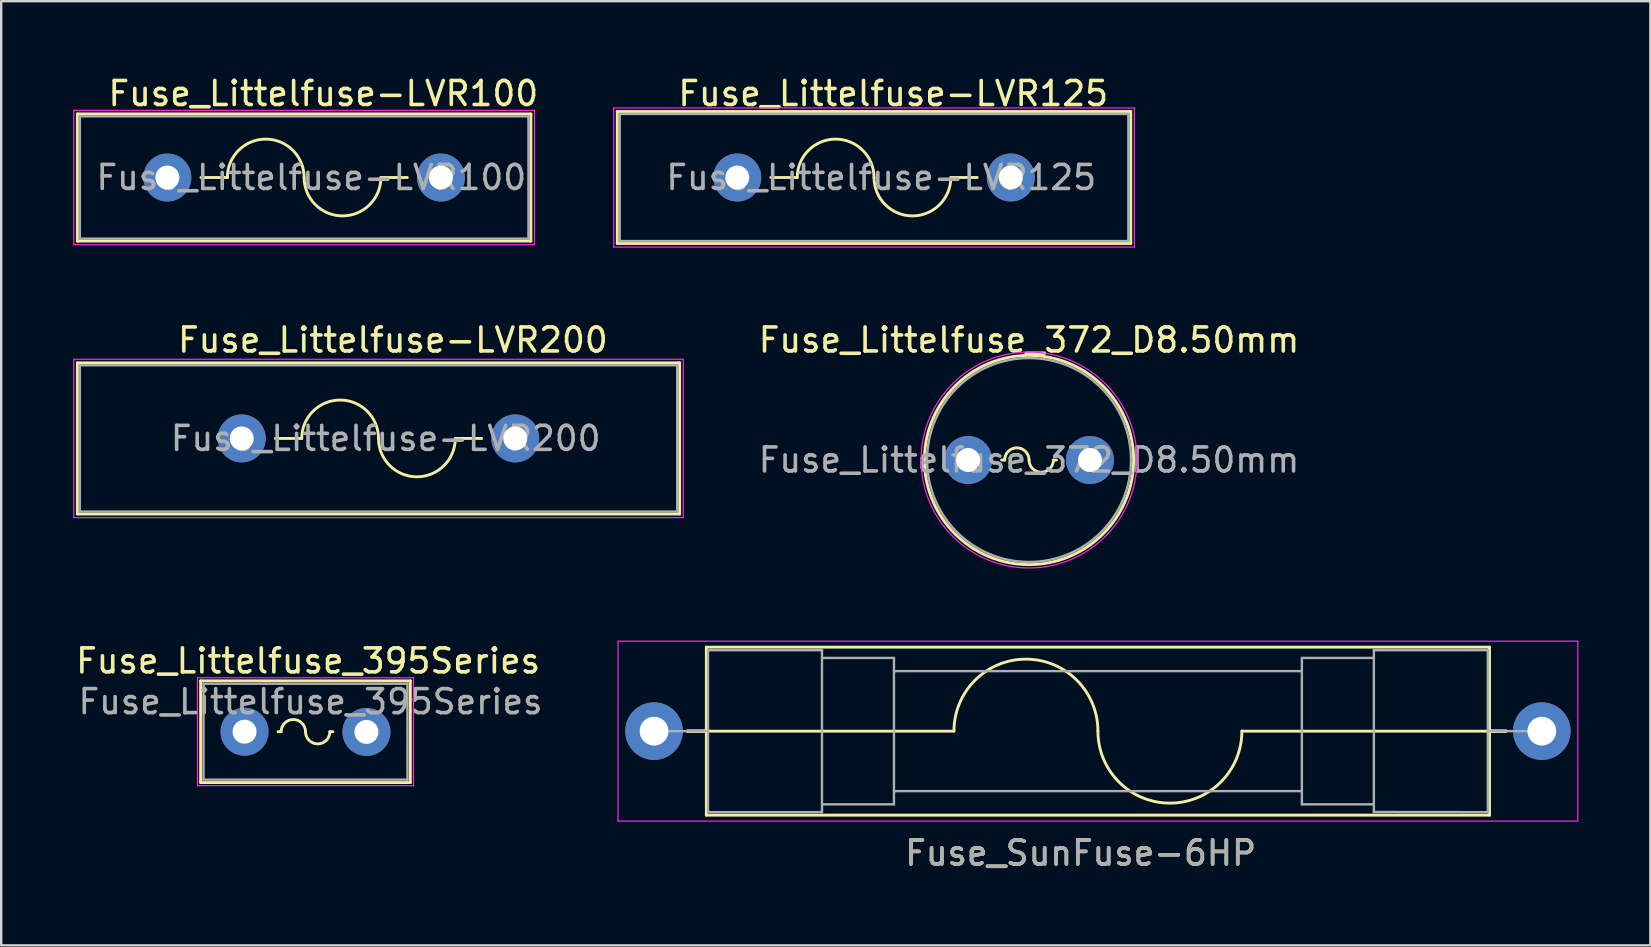
<source format=kicad_pcb>
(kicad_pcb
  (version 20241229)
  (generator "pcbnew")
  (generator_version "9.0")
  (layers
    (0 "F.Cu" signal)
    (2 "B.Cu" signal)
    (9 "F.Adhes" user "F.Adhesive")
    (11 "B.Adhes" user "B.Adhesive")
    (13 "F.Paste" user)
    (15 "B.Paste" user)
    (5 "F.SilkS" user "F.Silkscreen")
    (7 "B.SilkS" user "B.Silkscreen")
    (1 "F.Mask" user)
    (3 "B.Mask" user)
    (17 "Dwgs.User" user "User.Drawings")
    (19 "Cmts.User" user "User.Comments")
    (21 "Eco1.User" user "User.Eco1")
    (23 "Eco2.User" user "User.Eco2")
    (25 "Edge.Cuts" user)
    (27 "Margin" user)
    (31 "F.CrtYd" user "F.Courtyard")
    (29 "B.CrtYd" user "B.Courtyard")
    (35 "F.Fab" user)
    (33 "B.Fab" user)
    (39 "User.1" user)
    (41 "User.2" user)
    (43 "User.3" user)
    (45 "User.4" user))
  (footprint "Fuse_SunFuse-6HP"
    (layer "F.Cu")
    (at 24.208 27.422)
    (property "Reference" "Fuse_SunFuse-6HP" (at 17.78 5.08 0) (layer "F.SilkS") (effects (font (size 1 1) (thickness 0.15))))
    (fp_line (start 1.4 0) (end 2.18 0) (stroke (width 0.15) (type solid)) (layer "F.SilkS"))
    (fp_line (start 2.18 -3.5) (end 2.18 3.5) (stroke (width 0.12) (type solid)) (layer "F.SilkS"))
    (fp_line (start 2.18 -3.5) (end 34.82 -3.5) (stroke (width 0.12) (type solid)) (layer "F.SilkS"))
    (fp_line (start 2.18 3.5) (end 34.82 3.5) (stroke (width 0.12) (type solid)) (layer "F.SilkS"))
    (fp_line (start 12.5 0) (end 2.18 0) (stroke (width 0.12) (type solid)) (layer "F.SilkS"))
    (fp_line (start 24.5 0) (end 34.82 0) (stroke (width 0.12) (type solid)) (layer "F.SilkS"))
    (fp_line (start 34.82 0) (end 35.5 0) (stroke (width 0.15) (type solid)) (layer "F.SilkS"))
    (fp_line (start 34.82 3.5) (end 34.82 -3.5) (stroke (width 0.12) (type solid)) (layer "F.SilkS"))
    (fp_arc (start 12.5 0) (mid 15.5 -3) (end 18.5 0) (stroke (width 0.12) (type solid)) (layer "F.SilkS"))
    (fp_arc (start 24.5 0) (mid 21.5 3) (end 18.5 0) (stroke (width 0.12) (type solid)) (layer "F.SilkS"))
    (fp_line (start -1.5 -3.75) (end -1.5 3.75) (stroke (width 0.05) (type solid)) (layer "F.CrtYd"))
    (fp_line (start -1.5 -3.75) (end 38.5 -3.75) (stroke (width 0.05) (type solid)) (layer "F.CrtYd"))
    (fp_line (start -1.5 3.75) (end 38.5 3.75) (stroke (width 0.05) (type solid)) (layer "F.CrtYd"))
    (fp_line (start 38.5 3.75) (end 38.5 -3.75) (stroke (width 0.05) (type solid)) (layer "F.CrtYd"))
    (fp_line (start 0 0) (end 2.25 0) (stroke (width 0.1) (type solid)) (layer "F.Fab"))
    (fp_line (start 2.25 -3.375) (end 2.25 3.375) (stroke (width 0.1) (type solid)) (layer "F.Fab"))
    (fp_line (start 2.25 -3.375) (end 7 -3.375) (stroke (width 0.1) (type solid)) (layer "F.Fab"))
    (fp_line (start 2.25 3.375) (end 7 3.375) (stroke (width 0.1) (type solid)) (layer "F.Fab"))
    (fp_line (start 7 -3.375) (end 7 3.375) (stroke (width 0.1) (type solid)) (layer "F.Fab"))
    (fp_line (start 7 -3.05) (end 10 -3.05) (stroke (width 0.1) (type solid)) (layer "F.Fab"))
    (fp_line (start 7 3.05) (end 10 3.05) (stroke (width 0.1) (type solid)) (layer "F.Fab"))
    (fp_line (start 10 -2.5) (end 27 -2.5) (stroke (width 0.1) (type solid)) (layer "F.Fab"))
    (fp_line (start 10 2.5) (end 27 2.5) (stroke (width 0.1) (type solid)) (layer "F.Fab"))
    (fp_line (start 10 3.05) (end 10 -3.05) (stroke (width 0.1) (type solid)) (layer "F.Fab"))
    (fp_line (start 27 -3.05) (end 30 -3.05) (stroke (width 0.1) (type solid)) (layer "F.Fab"))
    (fp_line (start 27 3.05) (end 27 -3.05) (stroke (width 0.1) (type solid)) (layer "F.Fab"))
    (fp_line (start 27 3.05) (end 30 3.05) (stroke (width 0.1) (type solid)) (layer "F.Fab"))
    (fp_line (start 30 -3.375) (end 30 3.375) (stroke (width 0.1) (type solid)) (layer "F.Fab"))
    (fp_line (start 30 -3.375) (end 34.75 -3.375) (stroke (width 0.1) (type solid)) (layer "F.Fab"))
    (fp_line (start 30 3.37) (end 34.75 3.375) (stroke (width 0.1) (type solid)) (layer "F.Fab"))
    (fp_line (start 34.75 -3.375) (end 34.75 3.375) (stroke (width 0.1) (type solid)) (layer "F.Fab"))
    (fp_line (start 34.75 0) (end 37 0) (stroke (width 0.1) (type solid)) (layer "F.Fab"))
    (fp_text user "${REFERENCE}" (at 17.78 5.08 0) (layer "F.Fab") (effects (font (size 1 1) (thickness 0.15))))
    (pad "1" thru_hole circle (at 0 0) (size 2.4 2.4) (drill 1.2) (layers "*.Cu" "*.Mask"))
    (pad "2" thru_hole circle (at 37 0) (size 2.4 2.4) (drill 1.2) (layers "*.Cu" "*.Mask")))
  (footprint "Fuse_Littelfuse-LVR125"
    (layer "F.Cu")
    (at 27.677 4.348)
    (property "Reference" "Fuse_Littelfuse-LVR125" (at 6.5 -3.5 0) (layer "F.SilkS") (effects (font (size 1 1) (thickness 0.15))))
    (fp_line (start -5 -2.75) (end -5 2.75) (stroke (width 0.12) (type solid)) (layer "F.SilkS"))
    (fp_line (start -5 -2.75) (end 16.4 -2.75) (stroke (width 0.12) (type solid)) (layer "F.SilkS"))
    (fp_line (start 1.4 0) (end 2.5 0) (stroke (width 0.12) (type solid)) (layer "F.SilkS"))
    (fp_line (start 8.9 0) (end 10 0) (stroke (width 0.12) (type solid)) (layer "F.SilkS"))
    (fp_line (start 16.4 2.75) (end -5 2.75) (stroke (width 0.12) (type solid)) (layer "F.SilkS"))
    (fp_line (start 16.4 2.75) (end 16.4 -2.75) (stroke (width 0.12) (type solid)) (layer "F.SilkS"))
    (fp_arc (start 2.5 0) (mid 4.1 -1.6) (end 5.7 0) (stroke (width 0.12) (type solid)) (layer "F.SilkS"))
    (fp_arc (start 8.9 0) (mid 7.3 1.6) (end 5.7 0) (stroke (width 0.12) (type solid)) (layer "F.SilkS"))
    (fp_line (start -5.15 -2.9) (end -5.15 2.9) (stroke (width 0.05) (type solid)) (layer "F.CrtYd"))
    (fp_line (start -5.15 -2.9) (end 16.55 -2.9) (stroke (width 0.05) (type solid)) (layer "F.CrtYd"))
    (fp_line (start 16.55 2.9) (end -5.15 2.9) (stroke (width 0.05) (type solid)) (layer "F.CrtYd"))
    (fp_line (start 16.55 2.9) (end 16.55 -2.9) (stroke (width 0.05) (type solid)) (layer "F.CrtYd"))
    (fp_line (start -4.9 -2.65) (end -4.9 2.65) (stroke (width 0.1) (type solid)) (layer "F.Fab"))
    (fp_line (start -4.9 2.65) (end 16.3 2.65) (stroke (width 0.1) (type solid)) (layer "F.Fab"))
    (fp_line (start 16.3 -2.65) (end -4.9 -2.65) (stroke (width 0.1) (type solid)) (layer "F.Fab"))
    (fp_line (start 16.3 2.65) (end 16.3 -2.65) (stroke (width 0.1) (type solid)) (layer "F.Fab"))
    (fp_text user "${REFERENCE}" (at 6 0 0) (layer "F.Fab") (effects (font (size 1 1) (thickness 0.15))))
    (pad "1" thru_hole circle (at 0 0) (size 2 2) (drill 1) (layers "*.Cu" "*.Mask"))
    (pad "2" thru_hole circle (at 11.4 0) (size 2 2) (drill 1) (layers "*.Cu" "*.Mask")))
  (footprint "Fuse_Littelfuse-LVR200"
    (layer "F.Cu")
    (at 7.025 15.222)
    (property "Reference" "Fuse_Littelfuse-LVR200" (at 6.3 -4.1 0) (layer "F.SilkS") (effects (font (size 1 1) (thickness 0.15))))
    (fp_line (start -6.85 -3.15) (end -6.85 3.15) (stroke (width 0.12) (type solid)) (layer "F.SilkS"))
    (fp_line (start -6.85 -3.15) (end 18.25 -3.15) (stroke (width 0.12) (type solid)) (layer "F.SilkS"))
    (fp_line (start 1.4 0) (end 2.5 0) (stroke (width 0.12) (type solid)) (layer "F.SilkS"))
    (fp_line (start 8.9 0) (end 10 0) (stroke (width 0.12) (type solid)) (layer "F.SilkS"))
    (fp_line (start 18.25 3.15) (end -6.85 3.15) (stroke (width 0.12) (type solid)) (layer "F.SilkS"))
    (fp_line (start 18.25 3.15) (end 18.25 -3.15) (stroke (width 0.12) (type solid)) (layer "F.SilkS"))
    (fp_arc (start 2.5 0) (mid 4.1 -1.6) (end 5.7 0) (stroke (width 0.12) (type solid)) (layer "F.SilkS"))
    (fp_arc (start 8.9 0) (mid 7.3 1.6) (end 5.7 0) (stroke (width 0.12) (type solid)) (layer "F.SilkS"))
    (fp_line (start -7 -3.3) (end -7 3.3) (stroke (width 0.05) (type solid)) (layer "F.CrtYd"))
    (fp_line (start -7 -3.3) (end 18.4 -3.3) (stroke (width 0.05) (type solid)) (layer "F.CrtYd"))
    (fp_line (start 18.4 3.3) (end -7 3.3) (stroke (width 0.05) (type solid)) (layer "F.CrtYd"))
    (fp_line (start 18.4 3.3) (end 18.4 -3.3) (stroke (width 0.05) (type solid)) (layer "F.CrtYd"))
    (fp_line (start -6.75 -3.05) (end -6.75 3.05) (stroke (width 0.1) (type solid)) (layer "F.Fab"))
    (fp_line (start -6.75 3.05) (end 18.15 3.05) (stroke (width 0.1) (type solid)) (layer "F.Fab"))
    (fp_line (start 18.15 -3.05) (end -6.75 -3.05) (stroke (width 0.1) (type solid)) (layer "F.Fab"))
    (fp_line (start 18.15 3.05) (end 18.15 -3.05) (stroke (width 0.1) (type solid)) (layer "F.Fab"))
    (fp_text user "${REFERENCE}" (at 6 0 0) (layer "F.Fab") (effects (font (size 1 1) (thickness 0.15))))
    (pad "1" thru_hole circle (at 0 0) (size 2 2) (drill 1) (layers "*.Cu" "*.Mask"))
    (pad "2" thru_hole circle (at 11.4 0) (size 2 2) (drill 1) (layers "*.Cu" "*.Mask")))
  (footprint "Fuse_Littelfuse_372_D8.50mm"
    (layer "F.Cu")
    (at 37.297 16.122)
    (property "Reference" "Fuse_Littelfuse_372_D8.50mm" (at 2.54 -5 0) (layer "F.SilkS") (effects (font (size 1 1) (thickness 0.15))))
    (fp_line (start 1.524 0) (end 1.397 0) (stroke (width 0.12) (type solid)) (layer "F.SilkS"))
    (fp_line (start 3.556 0) (end 3.683 0) (stroke (width 0.12) (type solid)) (layer "F.SilkS"))
    (fp_arc (start 1.524 0) (mid 2.032 -0.508) (end 2.54 0) (stroke (width 0.12) (type solid)) (layer "F.SilkS"))
    (fp_arc (start 3.556 0) (mid 3.048 0.508) (end 2.54 0) (stroke (width 0.12) (type solid)) (layer "F.SilkS"))
    (fp_circle (center 2.54 0) (end 6.9 0) (stroke (width 0.12) (type solid)) (fill no) (layer "F.SilkS"))
    (fp_circle (center 2.54 0) (end 7.04 0) (stroke (width 0.05) (type solid)) (fill no) (layer "F.CrtYd"))
    (fp_circle (center 2.54 0) (end 6.79 0) (stroke (width 0.1) (type solid)) (fill no) (layer "F.Fab"))
    (fp_text user "${REFERENCE}" (at 2.54 0 0) (layer "F.Fab") (effects (font (size 1 1) (thickness 0.15))))
    (pad "1" thru_hole circle (at 0 0) (size 2 2) (drill 1) (layers "*.Cu" "*.Mask"))
    (pad "2" thru_hole circle (at 5.08 0) (size 2 2) (drill 1) (layers "*.Cu" "*.Mask")))
  (footprint "Fuse_Littelfuse_395Series"
    (layer "F.Cu")
    (at 7.142 27.445)
    (property "Reference" "Fuse_Littelfuse_395Series" (at 2.65 -2.95 0) (layer "F.SilkS") (effects (font (size 1 1) (thickness 0.15))))
    (fp_line (start -1.83 -2.12) (end -1.83 2.12) (stroke (width 0.12) (type solid)) (layer "F.SilkS"))
    (fp_line (start -1.83 -2.12) (end 6.91 -2.12) (stroke (width 0.12) (type solid)) (layer "F.SilkS"))
    (fp_line (start 1.524 0) (end 1.397 0) (stroke (width 0.12) (type solid)) (layer "F.SilkS"))
    (fp_line (start 3.556 0) (end 3.683 0) (stroke (width 0.12) (type solid)) (layer "F.SilkS"))
    (fp_line (start 6.91 2.12) (end -1.83 2.12) (stroke (width 0.12) (type solid)) (layer "F.SilkS"))
    (fp_line (start 6.91 2.12) (end 6.91 -2.12) (stroke (width 0.12) (type solid)) (layer "F.SilkS"))
    (fp_arc (start 1.524 0) (mid 2.032 -0.508) (end 2.54 0) (stroke (width 0.12) (type solid)) (layer "F.SilkS"))
    (fp_arc (start 3.556 0) (mid 3.048 0.508) (end 2.54 0) (stroke (width 0.12) (type solid)) (layer "F.SilkS"))
    (fp_line (start -1.96 -2.25) (end -1.96 2.25) (stroke (width 0.05) (type solid)) (layer "F.CrtYd"))
    (fp_line (start -1.96 -2.25) (end 7.04 -2.25) (stroke (width 0.05) (type solid)) (layer "F.CrtYd"))
    (fp_line (start 7.04 2.25) (end -1.96 2.25) (stroke (width 0.05) (type solid)) (layer "F.CrtYd"))
    (fp_line (start 7.04 2.25) (end 7.04 -2.25) (stroke (width 0.05) (type solid)) (layer "F.CrtYd"))
    (fp_line (start -1.71 -2) (end -1.71 2) (stroke (width 0.1) (type solid)) (layer "F.Fab"))
    (fp_line (start -1.71 2) (end 6.79 2) (stroke (width 0.1) (type solid)) (layer "F.Fab"))
    (fp_line (start 6.79 -2) (end -1.71 -2) (stroke (width 0.1) (type solid)) (layer "F.Fab"))
    (fp_line (start 6.79 2) (end 6.79 -2) (stroke (width 0.1) (type solid)) (layer "F.Fab"))
    (fp_text user "${REFERENCE}" (at 2.75 -1.25 0) (layer "F.Fab") (effects (font (size 1 1) (thickness 0.15))))
    (pad "1" thru_hole circle (at 0 0) (size 2 2) (drill 1) (layers "*.Cu" "*.Mask"))
    (pad "2" thru_hole circle (at 5.08 0.01) (size 2 2) (drill 1) (layers "*.Cu" "*.Mask")))
  (footprint "Fuse_Littelfuse-LVR100"
    (layer "F.Cu")
    (at 3.925 4.348)
    (property "Reference" "Fuse_Littelfuse-LVR100" (at 6.5 -3.5 0) (layer "F.SilkS") (effects (font (size 1 1) (thickness 0.15))))
    (fp_line (start -3.75 -2.65) (end -3.75 2.65) (stroke (width 0.12) (type solid)) (layer "F.SilkS"))
    (fp_line (start -3.75 -2.65) (end 15.15 -2.65) (stroke (width 0.12) (type solid)) (layer "F.SilkS"))
    (fp_line (start 1.4 0) (end 2.5 0) (stroke (width 0.12) (type solid)) (layer "F.SilkS"))
    (fp_line (start 8.9 0) (end 10 0) (stroke (width 0.12) (type solid)) (layer "F.SilkS"))
    (fp_line (start 15.15 2.65) (end -3.75 2.65) (stroke (width 0.12) (type solid)) (layer "F.SilkS"))
    (fp_line (start 15.15 2.65) (end 15.15 -2.65) (stroke (width 0.12) (type solid)) (layer "F.SilkS"))
    (fp_arc (start 2.5 0) (mid 4.1 -1.6) (end 5.7 0) (stroke (width 0.12) (type solid)) (layer "F.SilkS"))
    (fp_arc (start 8.9 0) (mid 7.3 1.6) (end 5.7 0) (stroke (width 0.12) (type solid)) (layer "F.SilkS"))
    (fp_line (start -3.9 -2.8) (end -3.9 2.8) (stroke (width 0.05) (type solid)) (layer "F.CrtYd"))
    (fp_line (start -3.9 -2.8) (end 15.3 -2.8) (stroke (width 0.05) (type solid)) (layer "F.CrtYd"))
    (fp_line (start 15.3 2.8) (end -3.9 2.8) (stroke (width 0.05) (type solid)) (layer "F.CrtYd"))
    (fp_line (start 15.3 2.8) (end 15.3 -2.8) (stroke (width 0.05) (type solid)) (layer "F.CrtYd"))
    (fp_line (start -3.65 -2.55) (end -3.65 2.55) (stroke (width 0.1) (type solid)) (layer "F.Fab"))
    (fp_line (start -3.65 2.55) (end 15.05 2.55) (stroke (width 0.1) (type solid)) (layer "F.Fab"))
    (fp_line (start 15.05 -2.55) (end -3.65 -2.55) (stroke (width 0.1) (type solid)) (layer "F.Fab"))
    (fp_line (start 15.05 2.55) (end 15.05 -2.55) (stroke (width 0.1) (type solid)) (layer "F.Fab"))
    (fp_text user "${REFERENCE}" (at 6 0 0) (layer "F.Fab") (effects (font (size 1 1) (thickness 0.15))))
    (pad "1" thru_hole circle (at 0 0) (size 2 2) (drill 1) (layers "*.Cu" "*.Mask"))
    (pad "2" thru_hole circle (at 11.4 0) (size 2 2) (drill 1) (layers "*.Cu" "*.Mask")))
  (gr_rect
    (start -3 -3)
    (end 65.733 36.35)
    (stroke (width 0.1) (type default))
    (fill no)
    (layer "Edge.Cuts")))
</source>
